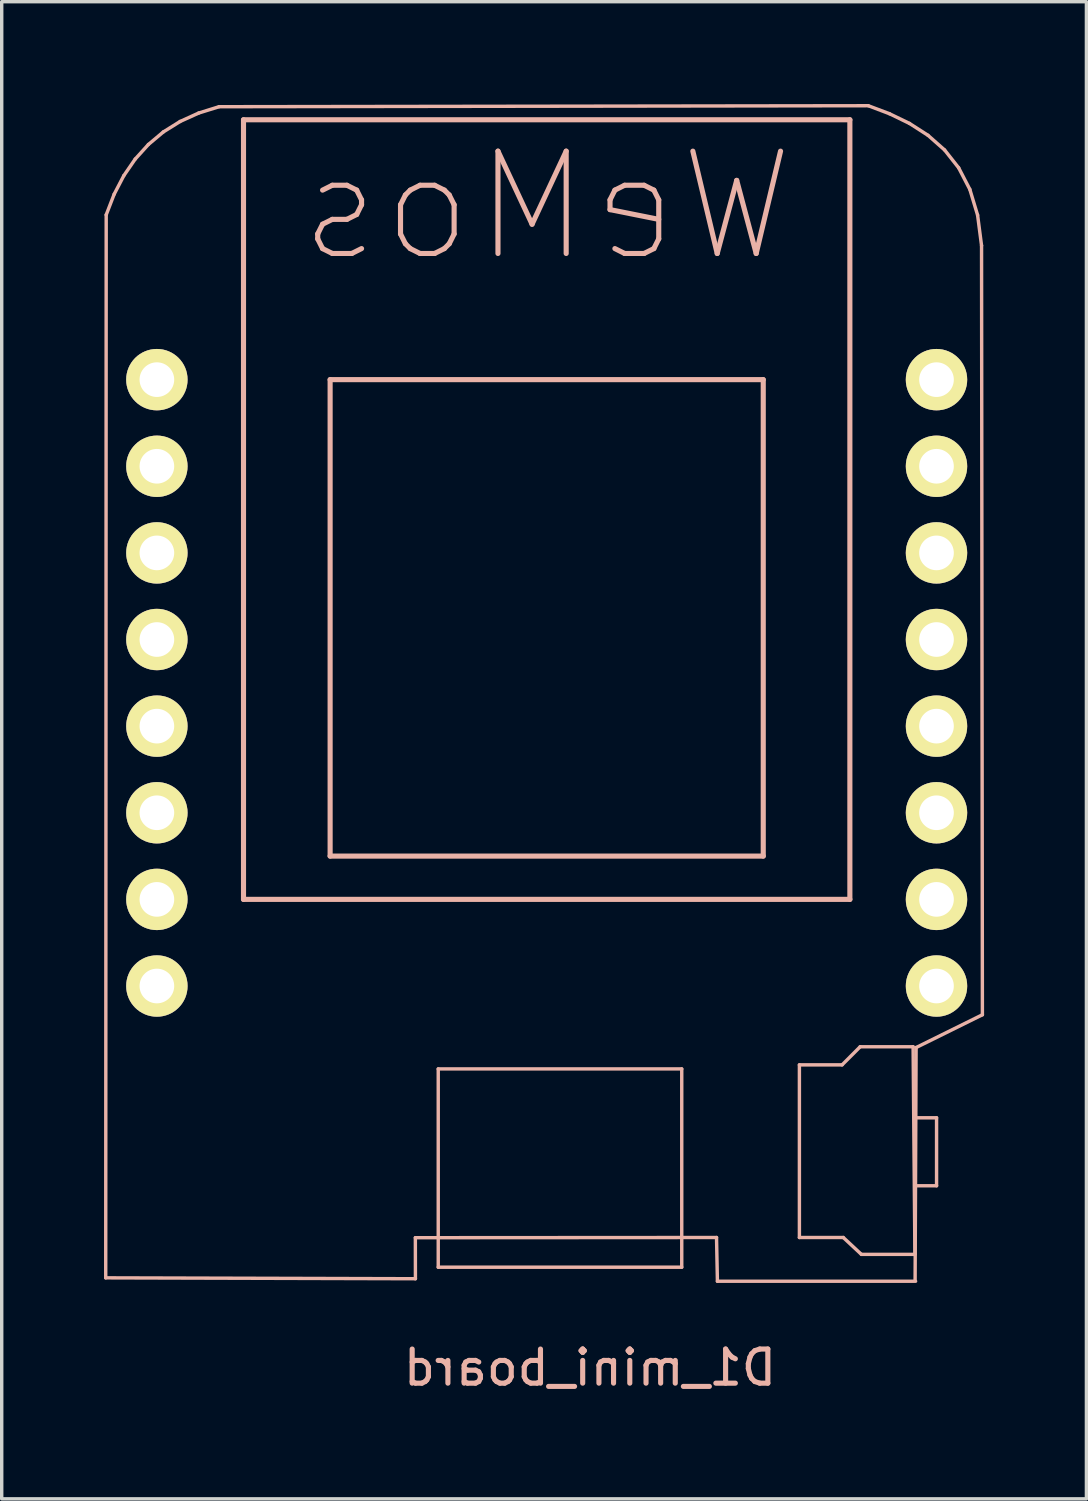
<source format=kicad_pcb>
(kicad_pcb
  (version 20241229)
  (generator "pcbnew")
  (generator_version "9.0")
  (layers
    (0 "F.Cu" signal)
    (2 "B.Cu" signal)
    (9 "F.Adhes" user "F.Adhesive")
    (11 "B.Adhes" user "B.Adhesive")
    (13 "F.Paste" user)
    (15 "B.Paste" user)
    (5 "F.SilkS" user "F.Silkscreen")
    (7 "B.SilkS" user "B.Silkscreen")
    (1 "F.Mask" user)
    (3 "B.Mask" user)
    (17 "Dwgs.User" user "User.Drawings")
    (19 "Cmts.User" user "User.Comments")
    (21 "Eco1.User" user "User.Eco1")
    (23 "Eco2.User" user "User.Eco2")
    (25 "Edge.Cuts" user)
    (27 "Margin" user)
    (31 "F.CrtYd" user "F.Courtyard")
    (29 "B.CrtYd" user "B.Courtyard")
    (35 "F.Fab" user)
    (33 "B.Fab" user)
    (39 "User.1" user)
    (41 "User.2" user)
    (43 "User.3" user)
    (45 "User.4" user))
  (footprint "D1_mini_board"
    (layer "F.Cu")
    (at 12.98 18.242)
    (property "Reference" "D1_mini_board" (at 1.27 18.81 0) (layer "B.SilkS") (effects (font (size 1 1) (thickness 0.15)) (justify mirror)))
    (attr through_hole)
    (fp_line (start -12.93 16.177) (end -12.916 -14.993) (stroke (width 0.1) (type solid)) (layer "B.SilkS"))
    (fp_line (start -12.916 -14.993) (end -12.683 -15.596) (stroke (width 0.1) (type solid)) (layer "B.SilkS"))
    (fp_line (start -12.683 -15.596) (end -12.4 -16.141) (stroke (width 0.1) (type solid)) (layer "B.SilkS"))
    (fp_line (start -12.4 -16.141) (end -12.065 -16.628) (stroke (width 0.1) (type solid)) (layer "B.SilkS"))
    (fp_line (start -12.065 -16.628) (end -11.679 -17.055) (stroke (width 0.1) (type solid)) (layer "B.SilkS"))
    (fp_line (start -11.679 -17.055) (end -11.241 -17.423) (stroke (width 0.1) (type solid)) (layer "B.SilkS"))
    (fp_line (start -11.241 -17.423) (end -10.749 -17.73) (stroke (width 0.1) (type solid)) (layer "B.SilkS"))
    (fp_line (start -10.749 -17.73) (end -10.205 -17.977) (stroke (width 0.1) (type solid)) (layer "B.SilkS"))
    (fp_line (start -10.205 -17.977) (end -9.607 -18.163) (stroke (width 0.1) (type solid)) (layer "B.SilkS"))
    (fp_line (start -9.607 -18.163) (end 9.43 -18.192) (stroke (width 0.1) (type solid)) (layer "B.SilkS"))
    (fp_line (start -8.89 -17.78) (end -8.89 5.08) (stroke (width 0.15) (type solid)) (layer "B.SilkS"))
    (fp_line (start -8.89 5.08) (end 8.89 5.08) (stroke (width 0.15) (type solid)) (layer "B.SilkS"))
    (fp_line (start -6.35 -10.16) (end 6.35 -10.16) (stroke (width 0.15) (type solid)) (layer "B.SilkS"))
    (fp_line (start -6.35 3.81) (end -6.35 -10.16) (stroke (width 0.15) (type solid)) (layer "B.SilkS"))
    (fp_line (start -3.851 15) (end -3.849 16.203) (stroke (width 0.1) (type solid)) (layer "B.SilkS"))
    (fp_line (start -3.849 16.203) (end -12.93 16.177) (stroke (width 0.1) (type solid)) (layer "B.SilkS"))
    (fp_line (start -3.18 10.051) (end 3.96 10.051) (stroke (width 0.1) (type solid)) (layer "B.SilkS"))
    (fp_line (start -3.18 15.865) (end -3.18 10.051) (stroke (width 0.1) (type solid)) (layer "B.SilkS"))
    (fp_line (start 3.96 10.051) (end 3.96 15.865) (stroke (width 0.1) (type solid)) (layer "B.SilkS"))
    (fp_line (start 3.96 15.865) (end -3.18 15.865) (stroke (width 0.1) (type solid)) (layer "B.SilkS"))
    (fp_line (start 4.98 14.994) (end -3.851 15) (stroke (width 0.1) (type solid)) (layer "B.SilkS"))
    (fp_line (start 5.006 16.277) (end 4.98 14.994) (stroke (width 0.1) (type solid)) (layer "B.SilkS"))
    (fp_line (start 6.35 -10.16) (end 6.35 3.81) (stroke (width 0.15) (type solid)) (layer "B.SilkS"))
    (fp_line (start 6.35 3.81) (end -6.35 3.81) (stroke (width 0.15) (type solid)) (layer "B.SilkS"))
    (fp_line (start 7.41 9.932) (end 7.41 14.994) (stroke (width 0.1) (type solid)) (layer "B.SilkS"))
    (fp_line (start 7.41 14.994) (end 8.697 14.994) (stroke (width 0.1) (type solid)) (layer "B.SilkS"))
    (fp_line (start 8.662 9.932) (end 7.41 9.932) (stroke (width 0.1) (type solid)) (layer "B.SilkS"))
    (fp_line (start 8.697 14.994) (end 9.227 15.488) (stroke (width 0.1) (type solid)) (layer "B.SilkS"))
    (fp_line (start 8.89 -17.78) (end -8.89 -17.78) (stroke (width 0.15) (type solid)) (layer "B.SilkS"))
    (fp_line (start 8.89 5.08) (end 8.89 -17.78) (stroke (width 0.15) (type solid)) (layer "B.SilkS"))
    (fp_line (start 9.191 9.402) (end 8.662 9.932) (stroke (width 0.1) (type solid)) (layer "B.SilkS"))
    (fp_line (start 9.227 15.488) (end 10.797 15.488) (stroke (width 0.1) (type solid)) (layer "B.SilkS"))
    (fp_line (start 9.43 -18.192) (end 10.05 -17.958) (stroke (width 0.1) (type solid)) (layer "B.SilkS"))
    (fp_line (start 10.05 -17.958) (end 10.638 -17.673) (stroke (width 0.1) (type solid)) (layer "B.SilkS"))
    (fp_line (start 10.638 -17.673) (end 11.181 -17.324) (stroke (width 0.1) (type solid)) (layer "B.SilkS"))
    (fp_line (start 10.744 9.402) (end 9.191 9.402) (stroke (width 0.1) (type solid)) (layer "B.SilkS"))
    (fp_line (start 10.779 11.484) (end 11.432 11.484) (stroke (width 0.1) (type solid)) (layer "B.SilkS"))
    (fp_line (start 10.797 15.488) (end 10.744 9.402) (stroke (width 0.1) (type solid)) (layer "B.SilkS"))
    (fp_line (start 10.817 16.277) (end 5.006 16.277) (stroke (width 0.1) (type solid)) (layer "B.SilkS"))
    (fp_line (start 10.832 9.424) (end 10.803 16.233) (stroke (width 0.1) (type solid)) (layer "B.SilkS"))
    (fp_line (start 11.181 -17.324) (end 11.667 -16.895) (stroke (width 0.1) (type solid)) (layer "B.SilkS"))
    (fp_line (start 11.432 11.484) (end 11.432 13.477) (stroke (width 0.1) (type solid)) (layer "B.SilkS"))
    (fp_line (start 11.432 13.477) (end 10.814 13.477) (stroke (width 0.1) (type solid)) (layer "B.SilkS"))
    (fp_line (start 11.667 -16.895) (end 12.08 -16.371) (stroke (width 0.1) (type solid)) (layer "B.SilkS"))
    (fp_line (start 12.08 -16.371) (end 12.407 -15.74) (stroke (width 0.1) (type solid)) (layer "B.SilkS"))
    (fp_line (start 12.407 -15.74) (end 12.635 -14.985) (stroke (width 0.1) (type solid)) (layer "B.SilkS"))
    (fp_line (start 12.635 -14.985) (end 12.751 -14.092) (stroke (width 0.1) (type solid)) (layer "B.SilkS"))
    (fp_line (start 12.751 -14.092) (end 12.776 8.463) (stroke (width 0.1) (type solid)) (layer "B.SilkS"))
    (fp_line (start 12.776 8.463) (end 10.832 9.424) (stroke (width 0.1) (type solid)) (layer "B.SilkS"))
    (fp_text user "WeMos" (at 0 -15.24 0) (layer "B.SilkS") (effects (font (size 3 3) (thickness 0.15)) (justify mirror)))
    (pad "1" thru_hole circle (at -11.43 7.62) (size 1.8 1.8) (drill 1.016) (layers "*.Cu" "*.Mask" "F.SilkS"))
    (pad "2" thru_hole circle (at -11.43 5.08) (size 1.8 1.8) (drill 1.016) (layers "*.Cu" "*.Mask" "F.SilkS"))
    (pad "3" thru_hole circle (at -11.43 2.54) (size 1.8 1.8) (drill 1.016) (layers "*.Cu" "*.Mask" "F.SilkS"))
    (pad "4" thru_hole circle (at -11.43 0) (size 1.8 1.8) (drill 1.016) (layers "*.Cu" "*.Mask" "F.SilkS"))
    (pad "5" thru_hole circle (at -11.43 -2.54) (size 1.8 1.8) (drill 1.016) (layers "*.Cu" "*.Mask" "F.SilkS"))
    (pad "6" thru_hole circle (at -11.43 -5.08) (size 1.8 1.8) (drill 1.016) (layers "*.Cu" "*.Mask" "F.SilkS"))
    (pad "7" thru_hole circle (at -11.43 -7.62) (size 1.8 1.8) (drill 1.016) (layers "*.Cu" "*.Mask" "F.SilkS"))
    (pad "8" thru_hole circle (at -11.43 -10.16) (size 1.8 1.8) (drill 1.016) (layers "*.Cu" "*.Mask" "F.SilkS"))
    (pad "9" thru_hole circle (at 11.43 -10.16) (size 1.8 1.8) (drill 1.016) (layers "*.Cu" "*.Mask" "F.SilkS"))
    (pad "10" thru_hole circle (at 11.43 -7.62) (size 1.8 1.8) (drill 1.016) (layers "*.Cu" "*.Mask" "F.SilkS"))
    (pad "11" thru_hole circle (at 11.43 -5.08) (size 1.8 1.8) (drill 1.016) (layers "*.Cu" "*.Mask" "F.SilkS"))
    (pad "12" thru_hole circle (at 11.43 -2.54) (size 1.8 1.8) (drill 1.016) (layers "*.Cu" "*.Mask" "F.SilkS"))
    (pad "13" thru_hole circle (at 11.43 0) (size 1.8 1.8) (drill 1.016) (layers "*.Cu" "*.Mask" "F.SilkS"))
    (pad "14" thru_hole circle (at 11.43 2.54) (size 1.8 1.8) (drill 1.016) (layers "*.Cu" "*.Mask" "F.SilkS"))
    (pad "15" thru_hole circle (at 11.43 5.08) (size 1.8 1.8) (drill 1.016) (layers "*.Cu" "*.Mask" "F.SilkS"))
    (pad "16" thru_hole circle (at 11.43 7.62) (size 1.8 1.8) (drill 1.016) (layers "*.Cu" "*.Mask" "F.SilkS")))
  (gr_rect
    (start -3 -3)
    (end 28.806 40.9)
    (stroke (width 0.1) (type default))
    (fill no)
    (layer "Edge.Cuts")))
</source>
